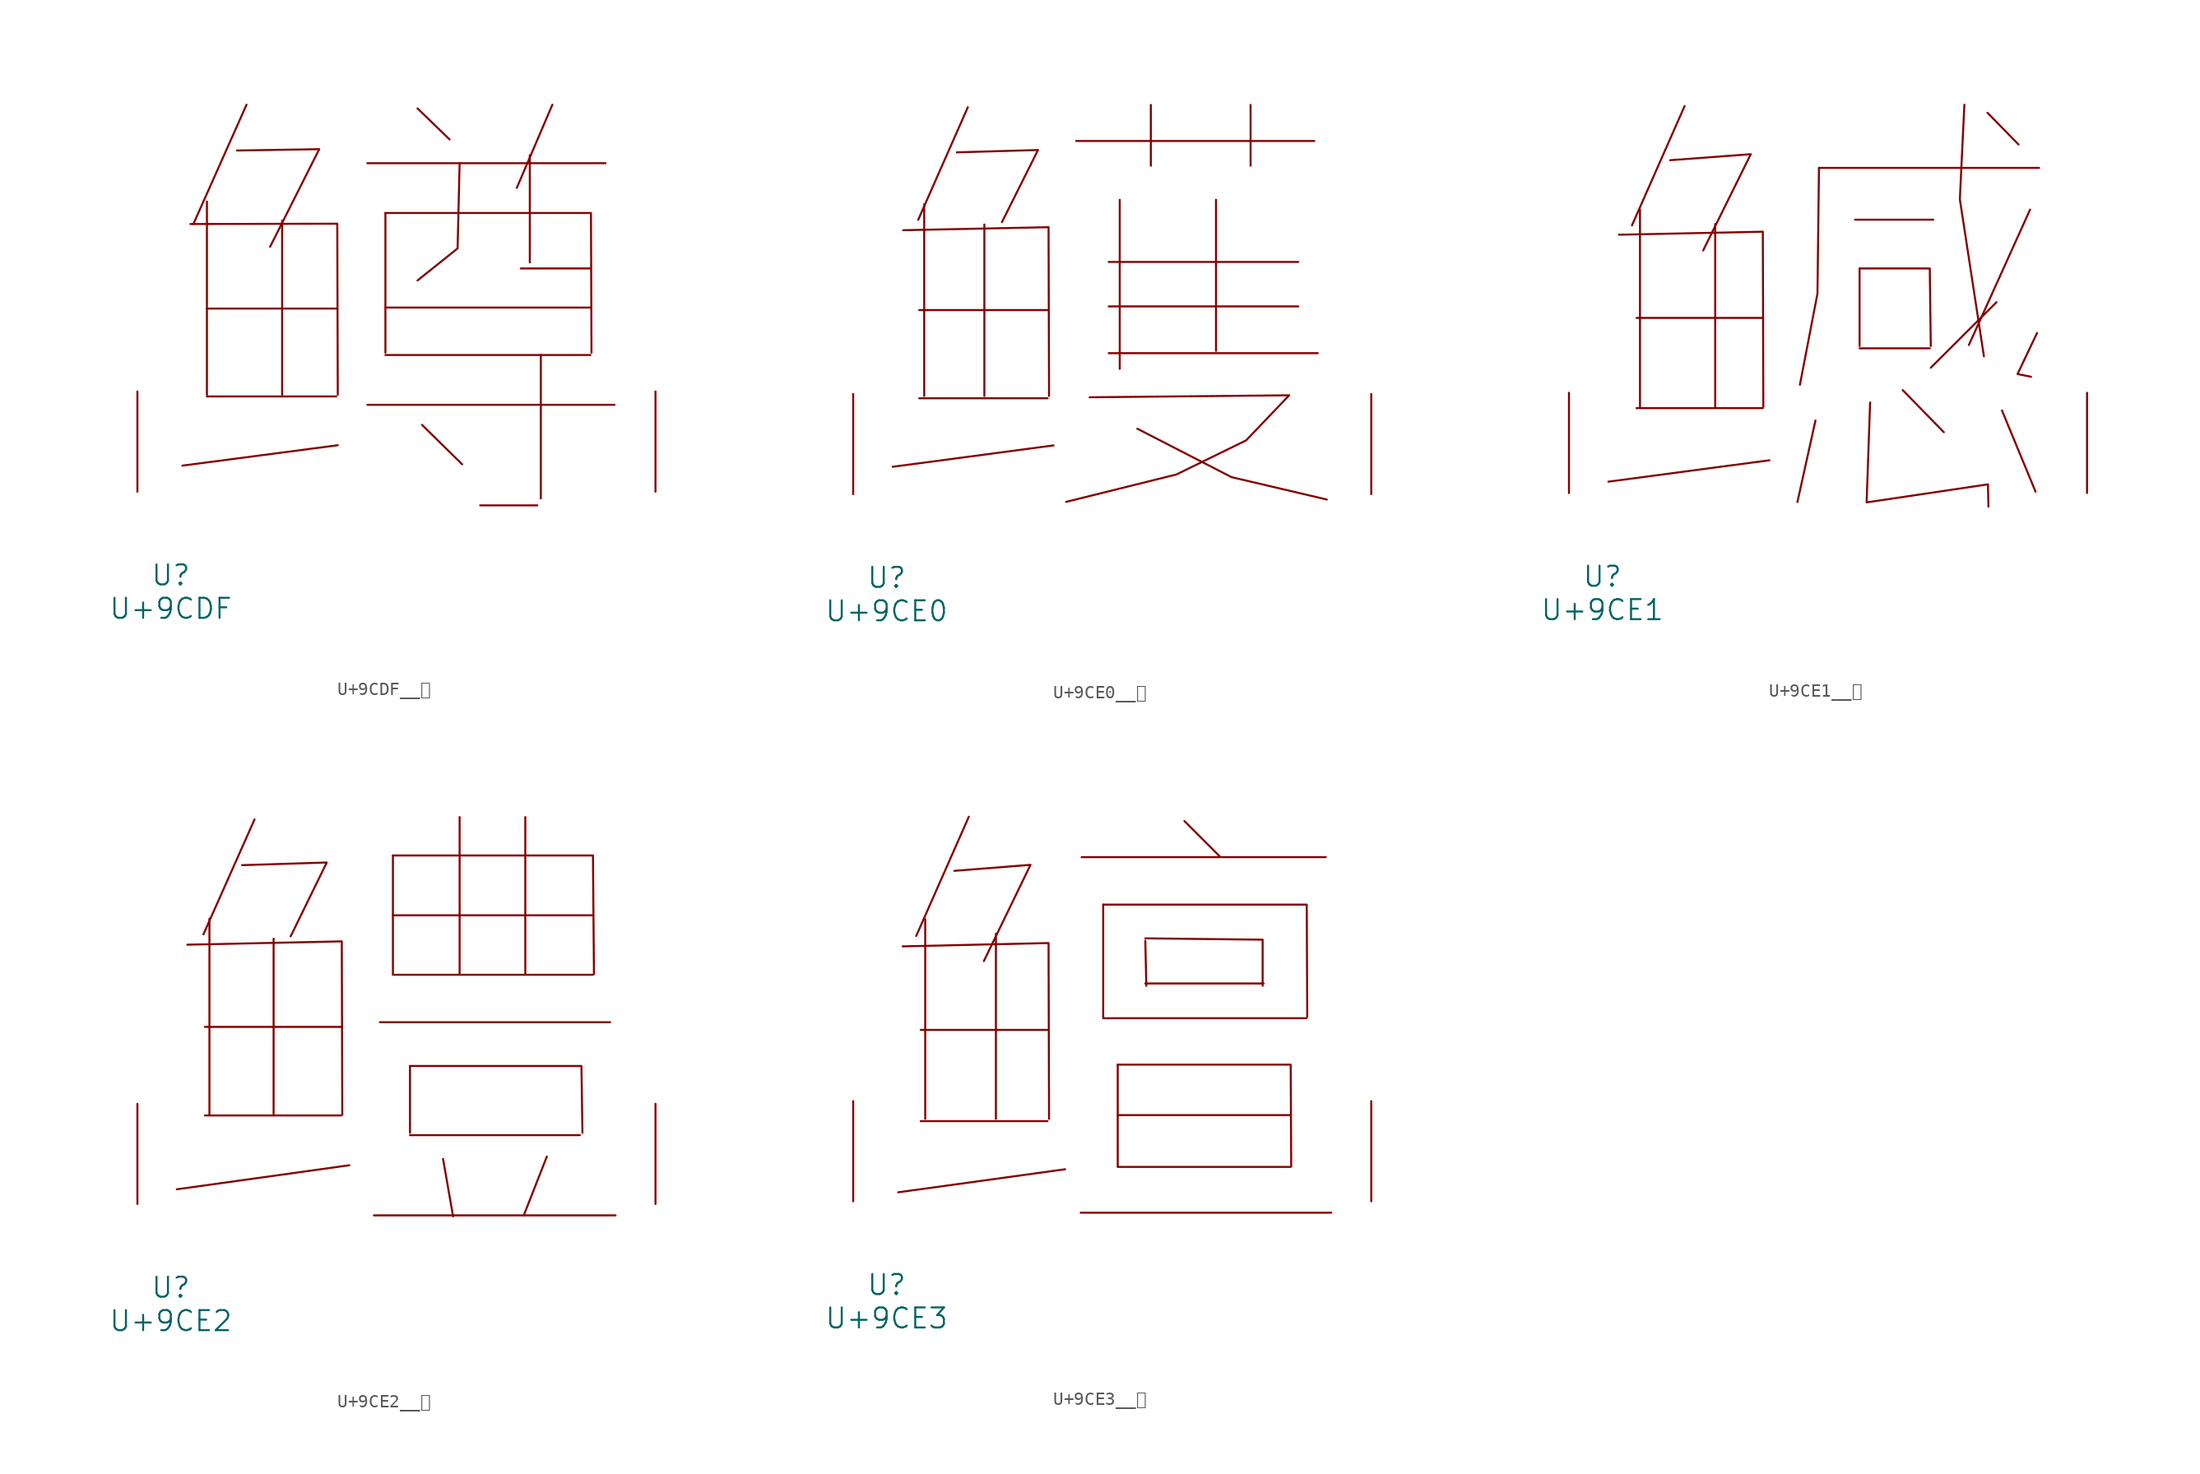
<source format=kicad_sym>
(kicad_symbol_lib
  (version 20231120)
  (generator "kicad_symbol_editor")
  (generator_version "8.0")
  (symbol "U+9CDF__鳟"
    (pin_names
      (offset 1.016))
    (property "Reference" "U"
      (at 0 -6.35 0)
      (effects (font (size 1.524 1.524))))
    (property "Value" "U+9CDF"
      (at 0 -8.89 0)
      (effects (font (size 1.524 1.524))))
    (symbol "U+9CDF__鳟_0_1"
      (polyline (pts (xy 2.743 7.239) (xy 12.573 7.239)) (stroke (width 0) (type solid)) (fill (type none)))
      (polyline (pts (xy 2.743 13.919) (xy 12.573 13.919)) (stroke (width 0) (type solid)) (fill (type none)))
      (polyline (pts (xy 2.743 22.047) (xy 2.743 7.366)) (stroke (width 0) (type solid)) (fill (type none)))
      (polyline (pts (xy 5.753 29.413) (xy 1.714 20.345)) (stroke (width 0) (type solid)) (fill (type none)))
      (polyline (pts (xy 8.458 20.599) (xy 8.458 7.366)) (stroke (width 0) (type solid)) (fill (type none)))
      (polyline (pts (xy 12.687 3.531) (xy 0.876 1.981)) (stroke (width 0) (type solid)) (fill (type none)))
      (polyline (pts (xy 14.935 6.604) (xy 33.718 6.604)) (stroke (width 0) (type solid)) (fill (type none)))
      (polyline (pts (xy 14.935 24.968) (xy 33.033 24.968)) (stroke (width 0) (type solid)) (fill (type none)))
      (polyline (pts (xy 16.307 10.389) (xy 31.89 10.389)) (stroke (width 0) (type solid)) (fill (type none)))
      (polyline (pts (xy 16.307 13.995) (xy 31.89 13.995)) (stroke (width 0) (type solid)) (fill (type none)))
      (polyline (pts (xy 16.307 21.184) (xy 16.307 10.566)) (stroke (width 0) (type solid)) (fill (type none)))
      (polyline (pts (xy 18.745 29.134) (xy 21.184 26.772)) (stroke (width 0) (type solid)) (fill (type none)))
      (polyline (pts (xy 19.088 5.08) (xy 22.136 2.083)) (stroke (width 0) (type solid)) (fill (type none)))
      (polyline (pts (xy 23.508 -1.041) (xy 27.851 -1.041)) (stroke (width 0) (type solid)) (fill (type none)))
      (polyline (pts (xy 26.594 16.967) (xy 31.89 16.967)) (stroke (width 0) (type solid)) (fill (type none)))
      (polyline (pts (xy 27.28 25.578) (xy 27.28 17.424)) (stroke (width 0) (type solid)) (fill (type none)))
      (polyline (pts (xy 28.118 10.389) (xy 28.118 -0.508)) (stroke (width 0) (type solid)) (fill (type none)))
      (polyline (pts (xy 28.994 29.413) (xy 26.289 23.089)) (stroke (width 0) (type solid)) (fill (type none)))
      (polyline (pts (xy 1.486 20.345) (xy 12.649 20.371) (xy 12.687 7.366)) (stroke (width 0) (type solid)) (fill (type none)))
      (polyline (pts (xy 5.029 25.933) (xy 11.278 26.035) (xy 7.544 18.618)) (stroke (width 0) (type solid)) (fill (type none)))
      (polyline (pts (xy 16.307 21.184) (xy 31.928 21.184) (xy 31.966 10.566)) (stroke (width 0) (type solid)) (fill (type none)))
      (polyline (pts (xy 21.946 24.968) (xy 21.793 18.491) (xy 18.745 16.053)) (stroke (width 0) (type solid)) (fill (type none)))
      (pin input line (at -2.54 0 90) (length 7.62) (name "~" (effects (font (size 1.27 1.27)))) (number "~" (effects (font (size 1.27 1.27)))))
      (pin input line (at 36.83 0 90) (length 7.62) (name "~" (effects (font (size 1.27 1.27)))) (number "~" (effects (font (size 1.27 1.27)))))))
  (symbol "U+9CE0__鳠"
    (pin_names
      (offset 1.016))
    (property "Reference" "U"
      (at 0 -6.35 0)
      (effects (font (size 1.524 1.524))))
    (property "Value" "U+9CE0"
      (at 0 -8.89 0)
      (effects (font (size 1.524 1.524))))
    (symbol "U+9CE0__鳠_0_1"
      (polyline (pts (xy 2.477 7.29) (xy 12.23 7.29)) (stroke (width 0) (type solid)) (fill (type none)))
      (polyline (pts (xy 2.477 13.995) (xy 12.23 13.995)) (stroke (width 0) (type solid)) (fill (type none)))
      (polyline (pts (xy 2.857 22.047) (xy 2.857 7.468)) (stroke (width 0) (type solid)) (fill (type none)))
      (polyline (pts (xy 6.172 29.413) (xy 2.4 20.853)) (stroke (width 0) (type solid)) (fill (type none)))
      (polyline (pts (xy 7.429 20.498) (xy 7.429 7.468)) (stroke (width 0) (type solid)) (fill (type none)))
      (polyline (pts (xy 12.687 3.708) (xy 0.457 2.083)) (stroke (width 0) (type solid)) (fill (type none)))
      (polyline (pts (xy 14.402 26.848) (xy 32.499 26.848)) (stroke (width 0) (type solid)) (fill (type none)))
      (polyline (pts (xy 16.878 10.719) (xy 32.766 10.719)) (stroke (width 0) (type solid)) (fill (type none)))
      (polyline (pts (xy 16.878 14.275) (xy 31.28 14.275)) (stroke (width 0) (type solid)) (fill (type none)))
      (polyline (pts (xy 16.878 17.653) (xy 31.28 17.653)) (stroke (width 0) (type solid)) (fill (type none)))
      (polyline (pts (xy 17.716 22.377) (xy 17.716 9.525)) (stroke (width 0) (type solid)) (fill (type none)))
      (polyline (pts (xy 20.079 29.591) (xy 20.079 24.968)) (stroke (width 0) (type solid)) (fill (type none)))
      (polyline (pts (xy 25.032 22.377) (xy 25.032 10.897)) (stroke (width 0) (type solid)) (fill (type none)))
      (polyline (pts (xy 27.661 29.591) (xy 27.661 24.968)) (stroke (width 0) (type solid)) (fill (type none)))
      (polyline (pts (xy 1.257 20.066) (xy 12.306 20.295) (xy 12.344 7.468)) (stroke (width 0) (type solid)) (fill (type none)))
      (polyline (pts (xy 5.334 25.984) (xy 11.506 26.162) (xy 8.763 20.676)) (stroke (width 0) (type solid)) (fill (type none)))
      (polyline (pts (xy 19.05 4.978) (xy 26.213 1.295) (xy 33.452 -0.406)) (stroke (width 0) (type solid)) (fill (type none)))
      (polyline (pts (xy 15.431 7.366) (xy 30.594 7.518) (xy 27.318 4.089) (xy 22.022 1.499) (xy 13.64 -0.584)) (stroke (width 0) (type solid)) (fill (type none)))
      (pin input line (at -2.54 0 90) (length 7.62) (name "~" (effects (font (size 1.27 1.27)))) (number "~" (effects (font (size 1.27 1.27)))))
      (pin input line (at 36.83 0 90) (length 7.62) (name "~" (effects (font (size 1.27 1.27)))) (number "~" (effects (font (size 1.27 1.27)))))))
  (symbol "U+9CE1__鳡"
    (pin_names
      (offset 1.016))
    (property "Reference" "U"
      (at 0 -6.35 0)
      (effects (font (size 1.524 1.524))))
    (property "Value" "U+9CE1"
      (at 0 -8.89 0)
      (effects (font (size 1.524 1.524))))
    (symbol "U+9CE1__鳡_0_1"
      (polyline (pts (xy 2.591 6.452) (xy 12.192 6.452)) (stroke (width 0) (type solid)) (fill (type none)))
      (polyline (pts (xy 2.591 13.31) (xy 12.192 13.31)) (stroke (width 0) (type solid)) (fill (type none)))
      (polyline (pts (xy 2.857 21.539) (xy 2.857 6.553)) (stroke (width 0) (type solid)) (fill (type none)))
      (polyline (pts (xy 6.248 29.413) (xy 2.248 20.345)) (stroke (width 0) (type solid)) (fill (type none)))
      (polyline (pts (xy 8.572 20.447) (xy 8.572 6.553)) (stroke (width 0) (type solid)) (fill (type none)))
      (polyline (pts (xy 12.687 2.489) (xy 0.457 0.864)) (stroke (width 0) (type solid)) (fill (type none)))
      (polyline (pts (xy 16.192 5.512) (xy 14.821 -0.686)) (stroke (width 0) (type solid)) (fill (type none)))
      (polyline (pts (xy 16.459 24.714) (xy 33.185 24.714)) (stroke (width 0) (type solid)) (fill (type none)))
      (polyline (pts (xy 19.202 20.777) (xy 25.146 20.777)) (stroke (width 0) (type solid)) (fill (type none)))
      (polyline (pts (xy 19.545 10.998) (xy 24.879 10.998)) (stroke (width 0) (type solid)) (fill (type none)))
      (polyline (pts (xy 19.545 17.069) (xy 19.545 11.176)) (stroke (width 0) (type solid)) (fill (type none)))
      (polyline (pts (xy 22.822 7.823) (xy 25.946 4.623)) (stroke (width 0) (type solid)) (fill (type none)))
      (polyline (pts (xy 29.261 28.905) (xy 31.623 26.492)) (stroke (width 0) (type solid)) (fill (type none)))
      (polyline (pts (xy 29.947 14.503) (xy 24.956 9.525)) (stroke (width 0) (type solid)) (fill (type none)))
      (polyline (pts (xy 30.366 6.274) (xy 32.918 0.102)) (stroke (width 0) (type solid)) (fill (type none)))
      (polyline (pts (xy 32.499 21.539) (xy 27.851 11.252)) (stroke (width 0) (type solid)) (fill (type none)))
      (polyline (pts (xy 1.257 19.634) (xy 12.192 19.863) (xy 12.23 6.553)) (stroke (width 0) (type solid)) (fill (type none)))
      (polyline (pts (xy 5.144 25.298) (xy 11.278 25.756) (xy 7.658 18.44)) (stroke (width 0) (type solid)) (fill (type none)))
      (polyline (pts (xy 16.459 24.714) (xy 16.345 15.164) (xy 15.011 8.23)) (stroke (width 0) (type solid)) (fill (type none)))
      (polyline (pts (xy 19.545 17.069) (xy 24.879 17.069) (xy 24.956 11.176)) (stroke (width 0) (type solid)) (fill (type none)))
      (polyline (pts (xy 27.508 29.515) (xy 27.165 22.327) (xy 28.994 10.389)) (stroke (width 0) (type solid)) (fill (type none)))
      (polyline (pts (xy 33.033 12.167) (xy 31.547 9.042) (xy 32.575 8.839)) (stroke (width 0) (type solid)) (fill (type none)))
      (polyline (pts (xy 20.345 6.883) (xy 20.079 -0.711) (xy 29.299 0.66) (xy 29.337 -1.041)) (stroke (width 0) (type solid)) (fill (type none)))
      (pin input line (at -2.54 0 90) (length 7.62) (name "~" (effects (font (size 1.27 1.27)))) (number "~" (effects (font (size 1.27 1.27)))))
      (pin input line (at 36.83 0 90) (length 7.62) (name "~" (effects (font (size 1.27 1.27)))) (number "~" (effects (font (size 1.27 1.27)))))))
  (symbol "U+9CE2__鳢"
    (pin_names
      (offset 1.016))
    (property "Reference" "U"
      (at 0 -6.35 0)
      (effects (font (size 1.524 1.524))))
    (property "Value" "U+9CE2"
      (at 0 -8.89 0)
      (effects (font (size 1.524 1.524))))
    (symbol "U+9CE2__鳢_0_1"
      (polyline (pts (xy 2.591 6.731) (xy 12.954 6.731)) (stroke (width 0) (type solid)) (fill (type none)))
      (polyline (pts (xy 2.591 13.462) (xy 12.954 13.462)) (stroke (width 0) (type solid)) (fill (type none)))
      (polyline (pts (xy 2.934 21.692) (xy 2.934 6.782)) (stroke (width 0) (type solid)) (fill (type none)))
      (polyline (pts (xy 6.363 29.235) (xy 2.477 20.498)) (stroke (width 0) (type solid)) (fill (type none)))
      (polyline (pts (xy 7.811 20.168) (xy 7.811 6.782)) (stroke (width 0) (type solid)) (fill (type none)))
      (polyline (pts (xy 13.564 2.946) (xy 0.457 1.118)) (stroke (width 0) (type solid)) (fill (type none)))
      (polyline (pts (xy 15.431 -0.864) (xy 33.795 -0.864)) (stroke (width 0) (type solid)) (fill (type none)))
      (polyline (pts (xy 15.888 13.818) (xy 33.376 13.818)) (stroke (width 0) (type solid)) (fill (type none)))
      (polyline (pts (xy 16.878 17.424) (xy 32.08 17.424)) (stroke (width 0) (type solid)) (fill (type none)))
      (polyline (pts (xy 16.878 21.946) (xy 32.08 21.946)) (stroke (width 0) (type solid)) (fill (type none)))
      (polyline (pts (xy 16.878 26.492) (xy 16.878 17.475)) (stroke (width 0) (type solid)) (fill (type none)))
      (polyline (pts (xy 18.174 5.232) (xy 31.09 5.232)) (stroke (width 0) (type solid)) (fill (type none)))
      (polyline (pts (xy 18.174 10.49) (xy 18.174 5.41)) (stroke (width 0) (type solid)) (fill (type none)))
      (polyline (pts (xy 20.688 3.429) (xy 21.45 -0.94)) (stroke (width 0) (type solid)) (fill (type none)))
      (polyline (pts (xy 21.946 29.413) (xy 21.946 17.475)) (stroke (width 0) (type solid)) (fill (type none)))
      (polyline (pts (xy 26.937 29.413) (xy 26.937 17.475)) (stroke (width 0) (type solid)) (fill (type none)))
      (polyline (pts (xy 28.575 3.607) (xy 26.822 -0.864)) (stroke (width 0) (type solid)) (fill (type none)))
      (polyline (pts (xy 1.257 19.71) (xy 12.992 19.964) (xy 13.03 6.782)) (stroke (width 0) (type solid)) (fill (type none)))
      (polyline (pts (xy 5.41 25.756) (xy 11.849 25.959) (xy 9.106 20.345)) (stroke (width 0) (type solid)) (fill (type none)))
      (polyline (pts (xy 16.878 26.492) (xy 32.08 26.492) (xy 32.156 17.475)) (stroke (width 0) (type solid)) (fill (type none)))
      (polyline (pts (xy 18.174 10.49) (xy 31.204 10.49) (xy 31.28 5.41)) (stroke (width 0) (type solid)) (fill (type none)))
      (pin input line (at -2.54 0 90) (length 7.62) (name "~" (effects (font (size 1.27 1.27)))) (number "~" (effects (font (size 1.27 1.27)))))
      (pin input line (at 36.83 0 90) (length 7.62) (name "~" (effects (font (size 1.27 1.27)))) (number "~" (effects (font (size 1.27 1.27)))))))
  (symbol "U+9CE3__鳣"
    (pin_names
      (offset 1.016))
    (property "Reference" "U"
      (at 0 -6.35 0)
      (effects (font (size 1.524 1.524))))
    (property "Value" "U+9CE3"
      (at 0 -8.89 0)
      (effects (font (size 1.524 1.524))))
    (symbol "U+9CE3__鳣_0_1"
      (polyline (pts (xy 2.591 6.096) (xy 12.23 6.096)) (stroke (width 0) (type solid)) (fill (type none)))
      (polyline (pts (xy 2.591 13.03) (xy 12.23 13.03)) (stroke (width 0) (type solid)) (fill (type none)))
      (polyline (pts (xy 2.934 21.438) (xy 2.934 6.274)) (stroke (width 0) (type solid)) (fill (type none)))
      (polyline (pts (xy 6.248 29.235) (xy 2.248 20.168)) (stroke (width 0) (type solid)) (fill (type none)))
      (polyline (pts (xy 8.306 20.345) (xy 8.306 6.274)) (stroke (width 0) (type solid)) (fill (type none)))
      (polyline (pts (xy 13.564 2.438) (xy 0.876 0.686)) (stroke (width 0) (type solid)) (fill (type none)))
      (polyline (pts (xy 14.745 -0.864) (xy 33.795 -0.864)) (stroke (width 0) (type solid)) (fill (type none)))
      (polyline (pts (xy 14.821 26.162) (xy 33.376 26.162)) (stroke (width 0) (type solid)) (fill (type none)))
      (polyline (pts (xy 16.459 13.919) (xy 31.89 13.919)) (stroke (width 0) (type solid)) (fill (type none)))
      (polyline (pts (xy 16.459 22.555) (xy 16.459 13.995)) (stroke (width 0) (type solid)) (fill (type none)))
      (polyline (pts (xy 17.564 2.616) (xy 30.709 2.616)) (stroke (width 0) (type solid)) (fill (type none)))
      (polyline (pts (xy 17.564 6.553) (xy 30.709 6.553)) (stroke (width 0) (type solid)) (fill (type none)))
      (polyline (pts (xy 17.564 10.389) (xy 17.564 2.667)) (stroke (width 0) (type solid)) (fill (type none)))
      (polyline (pts (xy 19.66 16.561) (xy 28.651 16.561)) (stroke (width 0) (type solid)) (fill (type none)))
      (polyline (pts (xy 19.66 19.812) (xy 19.736 16.383)) (stroke (width 0) (type solid)) (fill (type none)))
      (polyline (pts (xy 22.631 28.905) (xy 25.298 26.238)) (stroke (width 0) (type solid)) (fill (type none)))
      (polyline (pts (xy 1.219 19.38) (xy 12.306 19.634) (xy 12.344 6.274)) (stroke (width 0) (type solid)) (fill (type none)))
      (polyline (pts (xy 5.144 25.121) (xy 10.935 25.578) (xy 7.391 18.263)) (stroke (width 0) (type solid)) (fill (type none)))
      (polyline (pts (xy 16.459 22.555) (xy 31.928 22.555) (xy 31.966 13.995)) (stroke (width 0) (type solid)) (fill (type none)))
      (polyline (pts (xy 17.564 10.389) (xy 30.709 10.389) (xy 30.747 2.667)) (stroke (width 0) (type solid)) (fill (type none)))
      (polyline (pts (xy 19.66 19.99) (xy 28.575 19.888) (xy 28.575 16.383)) (stroke (width 0) (type solid)) (fill (type none)))
      (pin input line (at -2.54 0 90) (length 7.62) (name "~" (effects (font (size 1.27 1.27)))) (number "~" (effects (font (size 1.27 1.27)))))
      (pin input line (at 36.83 0 90) (length 7.62) (name "~" (effects (font (size 1.27 1.27)))) (number "~" (effects (font (size 1.27 1.27))))))))
</source>
